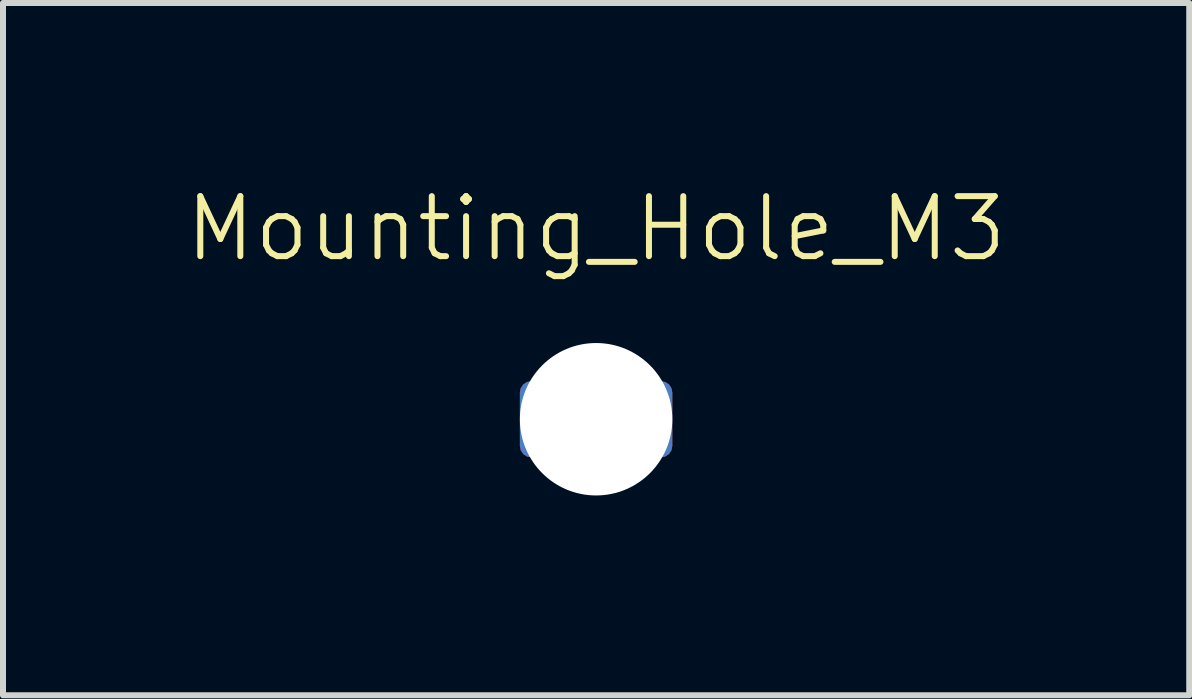
<source format=kicad_pcb>
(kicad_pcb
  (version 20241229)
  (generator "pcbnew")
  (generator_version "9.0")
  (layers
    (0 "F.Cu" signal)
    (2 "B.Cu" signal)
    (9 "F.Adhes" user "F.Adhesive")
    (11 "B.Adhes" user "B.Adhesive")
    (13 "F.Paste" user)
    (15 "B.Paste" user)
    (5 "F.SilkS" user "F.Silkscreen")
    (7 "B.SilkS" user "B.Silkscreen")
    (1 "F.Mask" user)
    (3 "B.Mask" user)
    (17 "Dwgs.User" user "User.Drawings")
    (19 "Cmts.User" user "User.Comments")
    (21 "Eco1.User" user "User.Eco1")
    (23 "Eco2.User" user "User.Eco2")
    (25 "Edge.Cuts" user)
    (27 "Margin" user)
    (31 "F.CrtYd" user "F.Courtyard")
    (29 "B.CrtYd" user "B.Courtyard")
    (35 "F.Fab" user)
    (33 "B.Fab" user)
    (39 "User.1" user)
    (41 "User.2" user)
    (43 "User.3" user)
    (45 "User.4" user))
  (footprint "Mounting_Hole_M3"
    (layer "F.Cu")
    (at 6.883 3.936)
    (property "Reference" "Mounting_Hole_M3" (at 0 -3.175 0) (unlocked yes) (layer "F.SilkS") (effects (font (size 1 1) (thickness 0.1))))
    (attr through_hole board_only exclude_from_bom)
    (pad "" np_thru_hole roundrect (at 0 0) (size 2.54 1.27) (drill 3.2) (layers "*.Cu" "*.Mask") (roundrect_rratio 0.15)))
  (gr_rect
    (start -3 -3)
    (end 16.767 8.536)
    (stroke (width 0.1) (type default))
    (fill no)
    (layer "Edge.Cuts")))
</source>
